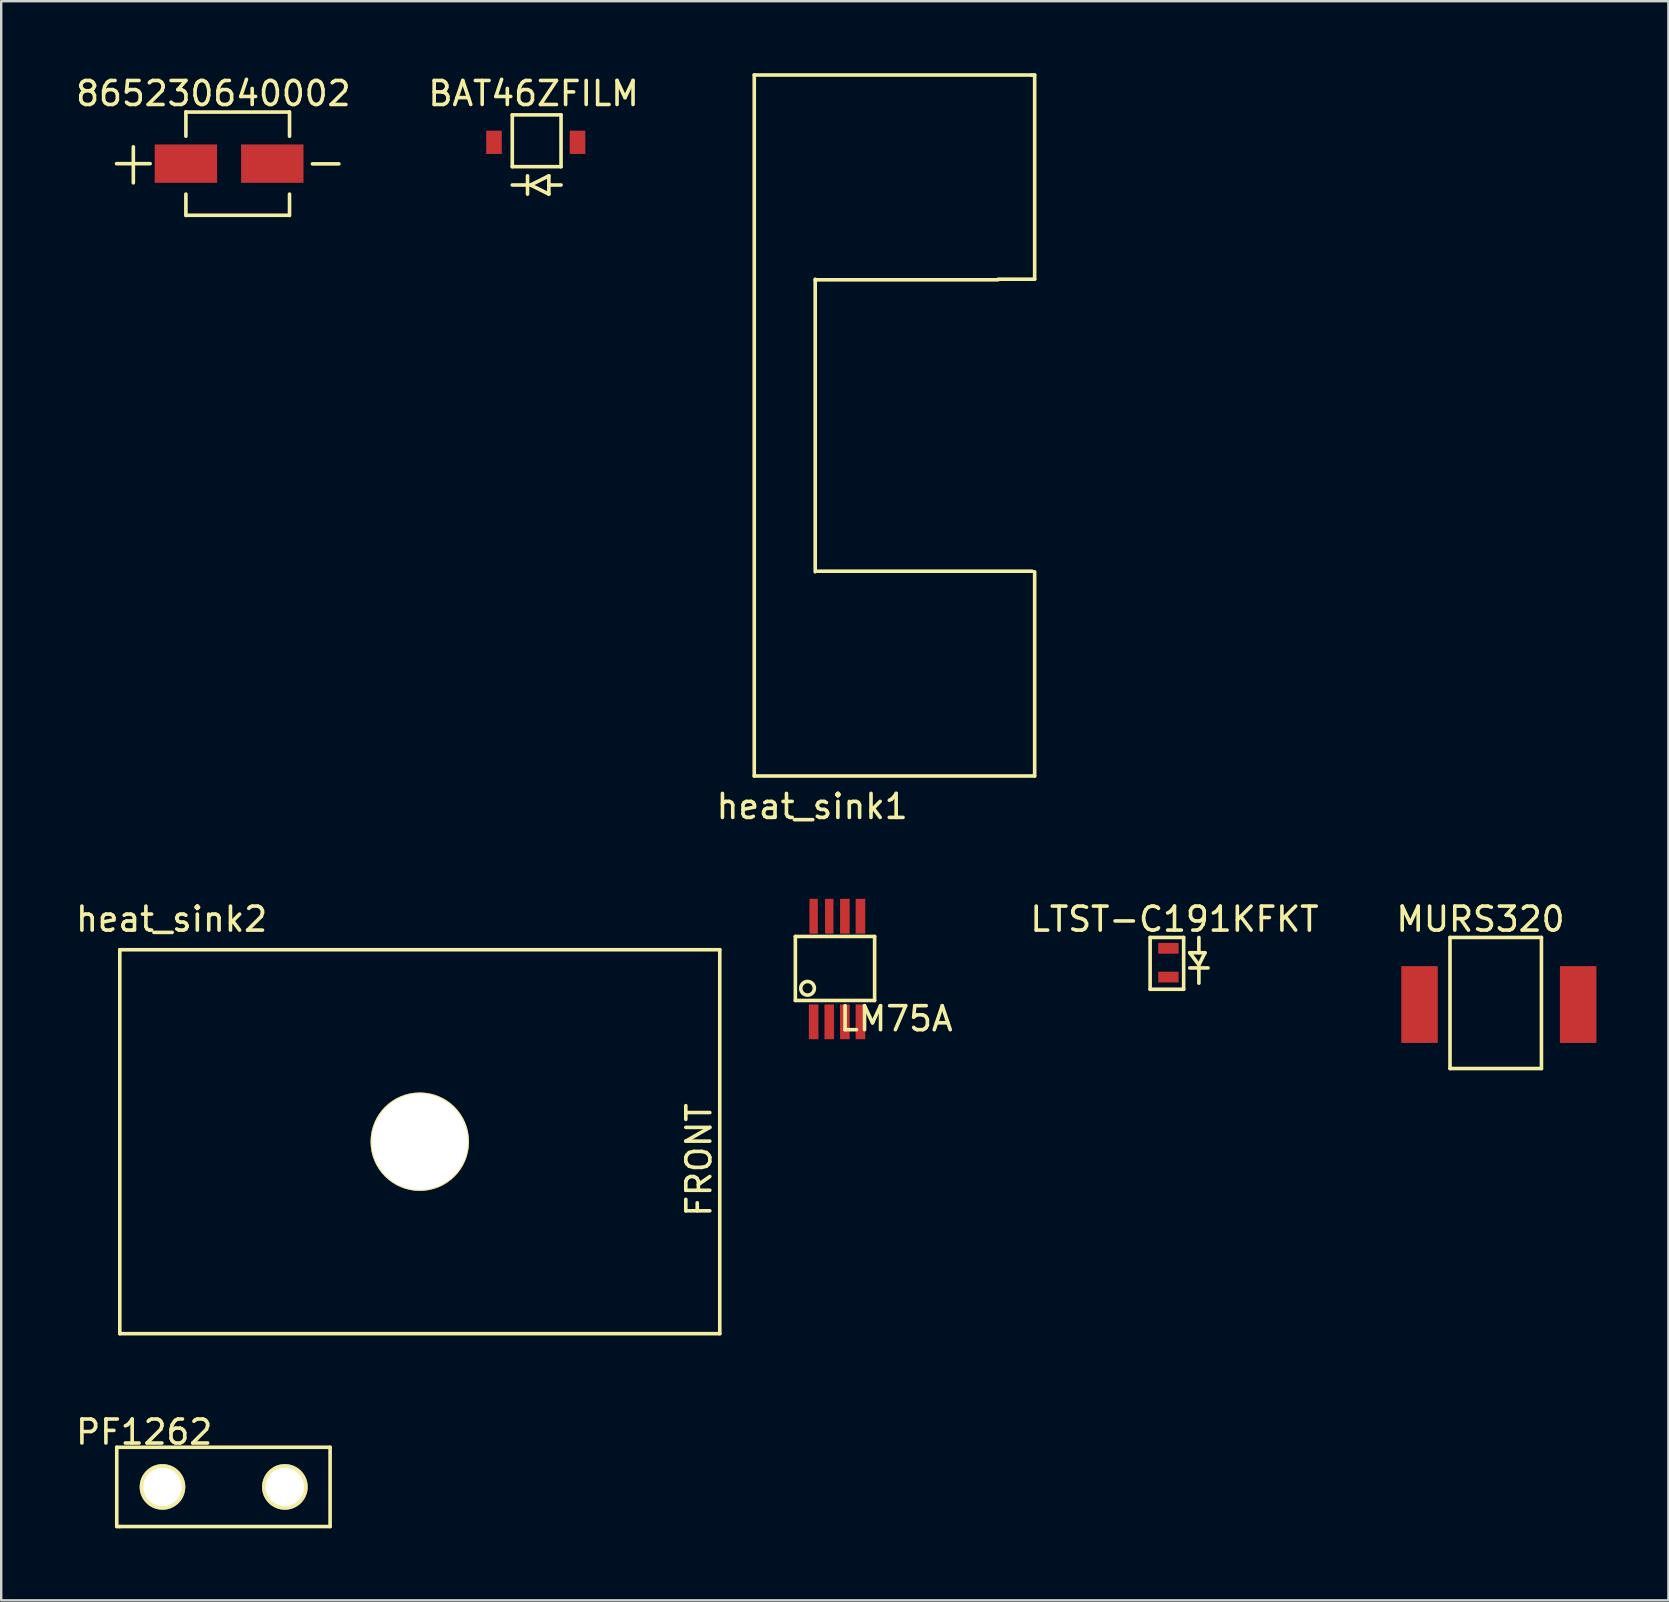
<source format=kicad_pcb>
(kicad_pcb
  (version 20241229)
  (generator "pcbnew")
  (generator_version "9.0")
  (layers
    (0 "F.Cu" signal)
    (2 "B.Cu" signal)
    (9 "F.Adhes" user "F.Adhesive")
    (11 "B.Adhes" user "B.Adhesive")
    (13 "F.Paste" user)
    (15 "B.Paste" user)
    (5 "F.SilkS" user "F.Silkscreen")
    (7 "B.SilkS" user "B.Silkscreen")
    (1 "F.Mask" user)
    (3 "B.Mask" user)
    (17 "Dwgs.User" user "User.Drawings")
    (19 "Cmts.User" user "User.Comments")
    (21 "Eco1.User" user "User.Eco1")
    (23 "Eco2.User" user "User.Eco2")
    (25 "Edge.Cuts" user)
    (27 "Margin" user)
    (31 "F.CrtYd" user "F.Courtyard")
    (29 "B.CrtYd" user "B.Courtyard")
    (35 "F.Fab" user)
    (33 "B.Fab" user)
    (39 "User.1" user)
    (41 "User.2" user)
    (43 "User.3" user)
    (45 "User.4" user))
  (footprint "BAT46ZFILM"
    (layer "F.Cu")
    (at 17.534 2.88)
    (property "Reference" "BAT46ZFILM" (at 1.651 -2.032 0) (layer "F.SilkS") (effects (font (size 1 1) (thickness 0.15))))
    (attr through_hole)
    (fp_line (start 0.762 -1.143) (end 0.762 1.016) (stroke (width 0.15) (type solid)) (layer "F.SilkS"))
    (fp_line (start 0.762 1.016) (end 2.794 1.016) (stroke (width 0.15) (type solid)) (layer "F.SilkS"))
    (fp_line (start 1.397 1.397) (end 1.397 2.159) (stroke (width 0.15) (type solid)) (layer "F.SilkS"))
    (fp_line (start 1.397 1.778) (end 0.762 1.778) (stroke (width 0.15) (type solid)) (layer "F.SilkS"))
    (fp_line (start 1.524 1.778) (end 2.286 1.397) (stroke (width 0.15) (type solid)) (layer "F.SilkS"))
    (fp_line (start 2.286 1.397) (end 2.286 2.159) (stroke (width 0.15) (type solid)) (layer "F.SilkS"))
    (fp_line (start 2.286 1.778) (end 2.794 1.778) (stroke (width 0.15) (type solid)) (layer "F.SilkS"))
    (fp_line (start 2.286 2.159) (end 1.524 1.778) (stroke (width 0.15) (type solid)) (layer "F.SilkS"))
    (fp_line (start 2.794 -1.143) (end 0.762 -1.143) (stroke (width 0.15) (type solid)) (layer "F.SilkS"))
    (fp_line (start 2.794 1.016) (end 2.794 -1.143) (stroke (width 0.15) (type solid)) (layer "F.SilkS"))
    (pad "1" smd rect (at 0 0) (size 0.65 0.97) (layers "F.Cu" "F.Mask" "F.Paste"))
    (pad "2" smd rect (at 3.48 0) (size 0.65 0.97) (layers "F.Cu" "F.Mask" "F.Paste")))
  (footprint "LTST-C191KFKT"
    (layer "F.Cu")
    (at 45.636 37.664)
    (property "Reference" "LTST-C191KFKT" (at 0.254 -2.413 0) (layer "F.SilkS") (effects (font (size 1 1) (thickness 0.15))))
    (attr through_hole)
    (fp_line (start -0.762 -1.651) (end 0.635 -1.651) (stroke (width 0.15) (type solid)) (layer "F.SilkS"))
    (fp_line (start -0.762 0.508) (end -0.762 -1.651) (stroke (width 0.15) (type solid)) (layer "F.SilkS"))
    (fp_line (start 0.635 -1.651) (end 0.635 0.508) (stroke (width 0.15) (type solid)) (layer "F.SilkS"))
    (fp_line (start 0.635 0.508) (end -0.762 0.508) (stroke (width 0.15) (type solid)) (layer "F.SilkS"))
    (fp_line (start 0.889 -1.016) (end 1.524 -1.016) (stroke (width 0.15) (type solid)) (layer "F.SilkS"))
    (fp_line (start 0.889 -0.381) (end 1.651 -0.381) (stroke (width 0.15) (type solid)) (layer "F.SilkS"))
    (fp_line (start 1.27 -1.651) (end 1.27 -1.016) (stroke (width 0.15) (type solid)) (layer "F.SilkS"))
    (fp_line (start 1.27 -0.508) (end 0.889 -1.016) (stroke (width 0.15) (type solid)) (layer "F.SilkS"))
    (fp_line (start 1.27 -0.381) (end 1.27 0.254) (stroke (width 0.15) (type solid)) (layer "F.SilkS"))
    (fp_line (start 1.524 -1.016) (end 1.27 -0.508) (stroke (width 0.15) (type solid)) (layer "F.SilkS"))
    (pad "1" smd rect (at 0 0) (size 0.85 0.45) (layers "F.Cu" "F.Mask" "F.Paste"))
    (pad "2" smd rect (at 0 -1.2) (size 0.85 0.45) (layers "F.Cu" "F.Mask" "F.Paste")))
  (footprint "PF1262"
    (layer "F.Cu")
    (at 3.72 58.908)
    (property "Reference" "PF1262" (at -0.762 -2.286 0) (layer "F.SilkS") (effects (font (size 1 1) (thickness 0.15))))
    (attr through_hole)
    (fp_line (start -1.905 -1.651) (end 6.985 -1.651) (stroke (width 0.15) (type solid)) (layer "F.SilkS"))
    (fp_line (start -1.905 1.651) (end -1.905 -1.651) (stroke (width 0.15) (type solid)) (layer "F.SilkS"))
    (fp_line (start -1.778 1.651) (end -1.905 1.651) (stroke (width 0.15) (type solid)) (layer "F.SilkS"))
    (fp_line (start 6.985 -1.651) (end 6.985 1.651) (stroke (width 0.15) (type solid)) (layer "F.SilkS"))
    (fp_line (start 6.985 1.651) (end -1.778 1.651) (stroke (width 0.15) (type solid)) (layer "F.SilkS"))
    (pad "1" thru_hole circle (at 0 0) (size 1.9 1.9) (drill 1.6) (layers "*.Cu" "*.Mask" "F.SilkS"))
    (pad "2" thru_hole circle (at 5.1 0) (size 1.9 1.9) (drill 1.6) (layers "*.Cu" "*.Mask" "F.SilkS")))
  (footprint "heat_sink2"
    (layer "F.Cu")
    (at 1.942 52.523)
    (property "Reference" "heat_sink2" (at 2.159 -17.272 0) (layer "F.SilkS") (effects (font (size 1 1) (thickness 0.15))))
    (attr through_hole)
    (fp_line (start 0 -16) (end 25 -16) (stroke (width 0.15) (type solid)) (layer "F.SilkS"))
    (fp_line (start 0 0) (end 0 -16) (stroke (width 0.15) (type solid)) (layer "F.SilkS"))
    (fp_line (start 25 -16) (end 25 0) (stroke (width 0.15) (type solid)) (layer "F.SilkS"))
    (fp_line (start 25 0) (end 0 0) (stroke (width 0.15) (type solid)) (layer "F.SilkS"))
    (fp_text user "FRONT" (at 24.13 -7.239 90) (layer "F.SilkS") (effects (font (size 1 1) (thickness 0.15))))
    (pad "1" thru_hole circle (at 12.5 -8) (size 4.1 4.1) (drill 4) (layers "*.Cu" "*.Mask" "F.SilkS")))
  (footprint "heat_sink1"
    (layer "F.Cu")
    (at 28.379 29.285)
    (property "Reference" "heat_sink1" (at 2.413 1.27 0) (layer "F.SilkS") (effects (font (size 1 1) (thickness 0.15))))
    (attr through_hole)
    (fp_line (start 0 -29.21) (end 0 0) (stroke (width 0.15) (type solid)) (layer "F.SilkS"))
    (fp_line (start 0 -29.21) (end 11.557 -29.21) (stroke (width 0.15) (type solid)) (layer "F.SilkS"))
    (fp_line (start 0 0) (end 11.684 0) (stroke (width 0.15) (type solid)) (layer "F.SilkS"))
    (fp_line (start 2.54 -20.701) (end 2.54 -8.509) (stroke (width 0.15) (type solid)) (layer "F.SilkS"))
    (fp_line (start 2.54 -20.676) (end 10.16 -20.676) (stroke (width 0.15) (type solid)) (layer "F.SilkS"))
    (fp_line (start 2.642 -8.534) (end 11.582 -8.534) (stroke (width 0.15) (type solid)) (layer "F.SilkS"))
    (fp_line (start 10.16 -20.701) (end 11.684 -20.701) (stroke (width 0.15) (type solid)) (layer "F.SilkS"))
    (fp_line (start 11.557 -29.21) (end 11.684 -29.21) (stroke (width 0.15) (type solid)) (layer "F.SilkS"))
    (fp_line (start 11.684 -29.21) (end 11.684 -20.701) (stroke (width 0.15) (type solid)) (layer "F.SilkS"))
    (fp_line (start 11.684 0) (end 11.684 -8.509) (stroke (width 0.15) (type solid)) (layer "F.SilkS")))
  (footprint "MURS320"
    (layer "F.Cu")
    (at 56.1 38.807)
    (property "Reference" "MURS320" (at 2.54 -3.556 0) (layer "F.SilkS") (effects (font (size 1 1) (thickness 0.15))))
    (attr through_hole)
    (fp_line (start 1.27 -2.794) (end 1.27 2.667) (stroke (width 0.15) (type solid)) (layer "F.SilkS"))
    (fp_line (start 1.27 2.667) (end 5.08 2.667) (stroke (width 0.15) (type solid)) (layer "F.SilkS"))
    (fp_line (start 5.08 -2.794) (end 1.27 -2.794) (stroke (width 0.15) (type solid)) (layer "F.SilkS"))
    (fp_line (start 5.08 2.667) (end 5.08 -2.794) (stroke (width 0.15) (type solid)) (layer "F.SilkS"))
    (pad "1" smd rect (at 0 0) (size 1.52 3.2) (layers "F.Cu" "F.Mask" "F.Paste"))
    (pad "2" smd rect (at 6.61 0) (size 1.52 3.2) (layers "F.Cu" "F.Mask" "F.Paste")))
  (footprint "865230640002"
    (layer "F.Cu")
    (at 4.696 3.769)
    (property "Reference" "865230640002" (at 1.143 -2.921 0) (layer "F.SilkS") (effects (font (size 1 1) (thickness 0.15))))
    (attr through_hole)
    (fp_line (start -2.89 0) (end -1.49 0) (stroke (width 0.15) (type solid)) (layer "F.SilkS"))
    (fp_line (start -2.19 0.8) (end -2.19 -0.7) (stroke (width 0.15) (type solid)) (layer "F.SilkS"))
    (fp_line (start 0 -2.159) (end 0 -1.143) (stroke (width 0.15) (type solid)) (layer "F.SilkS"))
    (fp_line (start 0 2.15) (end 4.3 2.15) (stroke (width 0.15) (type solid)) (layer "F.SilkS"))
    (fp_line (start 0 2.159) (end 0 1.27) (stroke (width 0.15) (type solid)) (layer "F.SilkS"))
    (fp_line (start 4.3 -2.15) (end 0 -2.15) (stroke (width 0.15) (type solid)) (layer "F.SilkS"))
    (fp_line (start 4.318 -1.143) (end 4.318 -2.159) (stroke (width 0.15) (type solid)) (layer "F.SilkS"))
    (fp_line (start 4.318 2.159) (end 4.318 1.27) (stroke (width 0.15) (type solid)) (layer "F.SilkS"))
    (fp_line (start 6.373 0.009) (end 5.273 0.009) (stroke (width 0.15) (type solid)) (layer "F.SilkS"))
    (pad "1" smd rect (at 0 0) (size 2.6 1.6) (layers "F.Cu" "F.Mask" "F.Paste"))
    (pad "2" smd rect (at 3.6 0) (size 2.6 1.6) (layers "F.Cu" "F.Mask" "F.Paste")))
  (footprint "LM75A"
    (layer "F.Cu")
    (at 30.854 39.528)
    (property "Reference" "LM75A" (at 3.429 -0.127 0) (layer "F.SilkS") (effects (font (size 1 1) (thickness 0.15))))
    (attr through_hole)
    (fp_line (start -0.762 -3.556) (end 2.54 -3.556) (stroke (width 0.15) (type solid)) (layer "F.SilkS"))
    (fp_line (start -0.762 -0.889) (end -0.762 -3.556) (stroke (width 0.15) (type solid)) (layer "F.SilkS"))
    (fp_line (start 2.54 -3.556) (end 2.54 -0.889) (stroke (width 0.15) (type solid)) (layer "F.SilkS"))
    (fp_line (start 2.54 -0.889) (end -0.762 -0.889) (stroke (width 0.15) (type solid)) (layer "F.SilkS"))
    (fp_circle (center -0.254 -1.397) (end -0.127 -1.143) (stroke (width 0.15) (type solid)) (fill no) (layer "F.SilkS"))
    (pad "1" smd rect (at 0 0) (size 0.4 1.45) (layers "F.Cu" "F.Mask" "F.Paste"))
    (pad "2" smd rect (at 0.65 0) (size 0.4 1.45) (layers "F.Cu" "F.Mask" "F.Paste"))
    (pad "3" smd rect (at 1.3 0) (size 0.4 1.45) (layers "F.Cu" "F.Mask" "F.Paste"))
    (pad "4" smd rect (at 1.95 0) (size 0.4 1.45) (layers "F.Cu" "F.Mask" "F.Paste"))
    (pad "5" smd rect (at 1.95 -4.4) (size 0.4 1.45) (layers "F.Cu" "F.Mask" "F.Paste"))
    (pad "6" smd rect (at 1.3 -4.4) (size 0.4 1.45) (layers "F.Cu" "F.Mask" "F.Paste"))
    (pad "7" smd rect (at 0.65 -4.4) (size 0.35 1.45) (layers "F.Cu" "F.Mask" "F.Paste"))
    (pad "8" smd rect (at 0 -4.4) (size 0.35 1.45) (layers "F.Cu" "F.Mask" "F.Paste")))
  (gr_rect
    (start -3 -3)
    (end 66.47 63.634)
    (stroke (width 0.1) (type default))
    (fill no)
    (layer "Edge.Cuts")))
</source>
